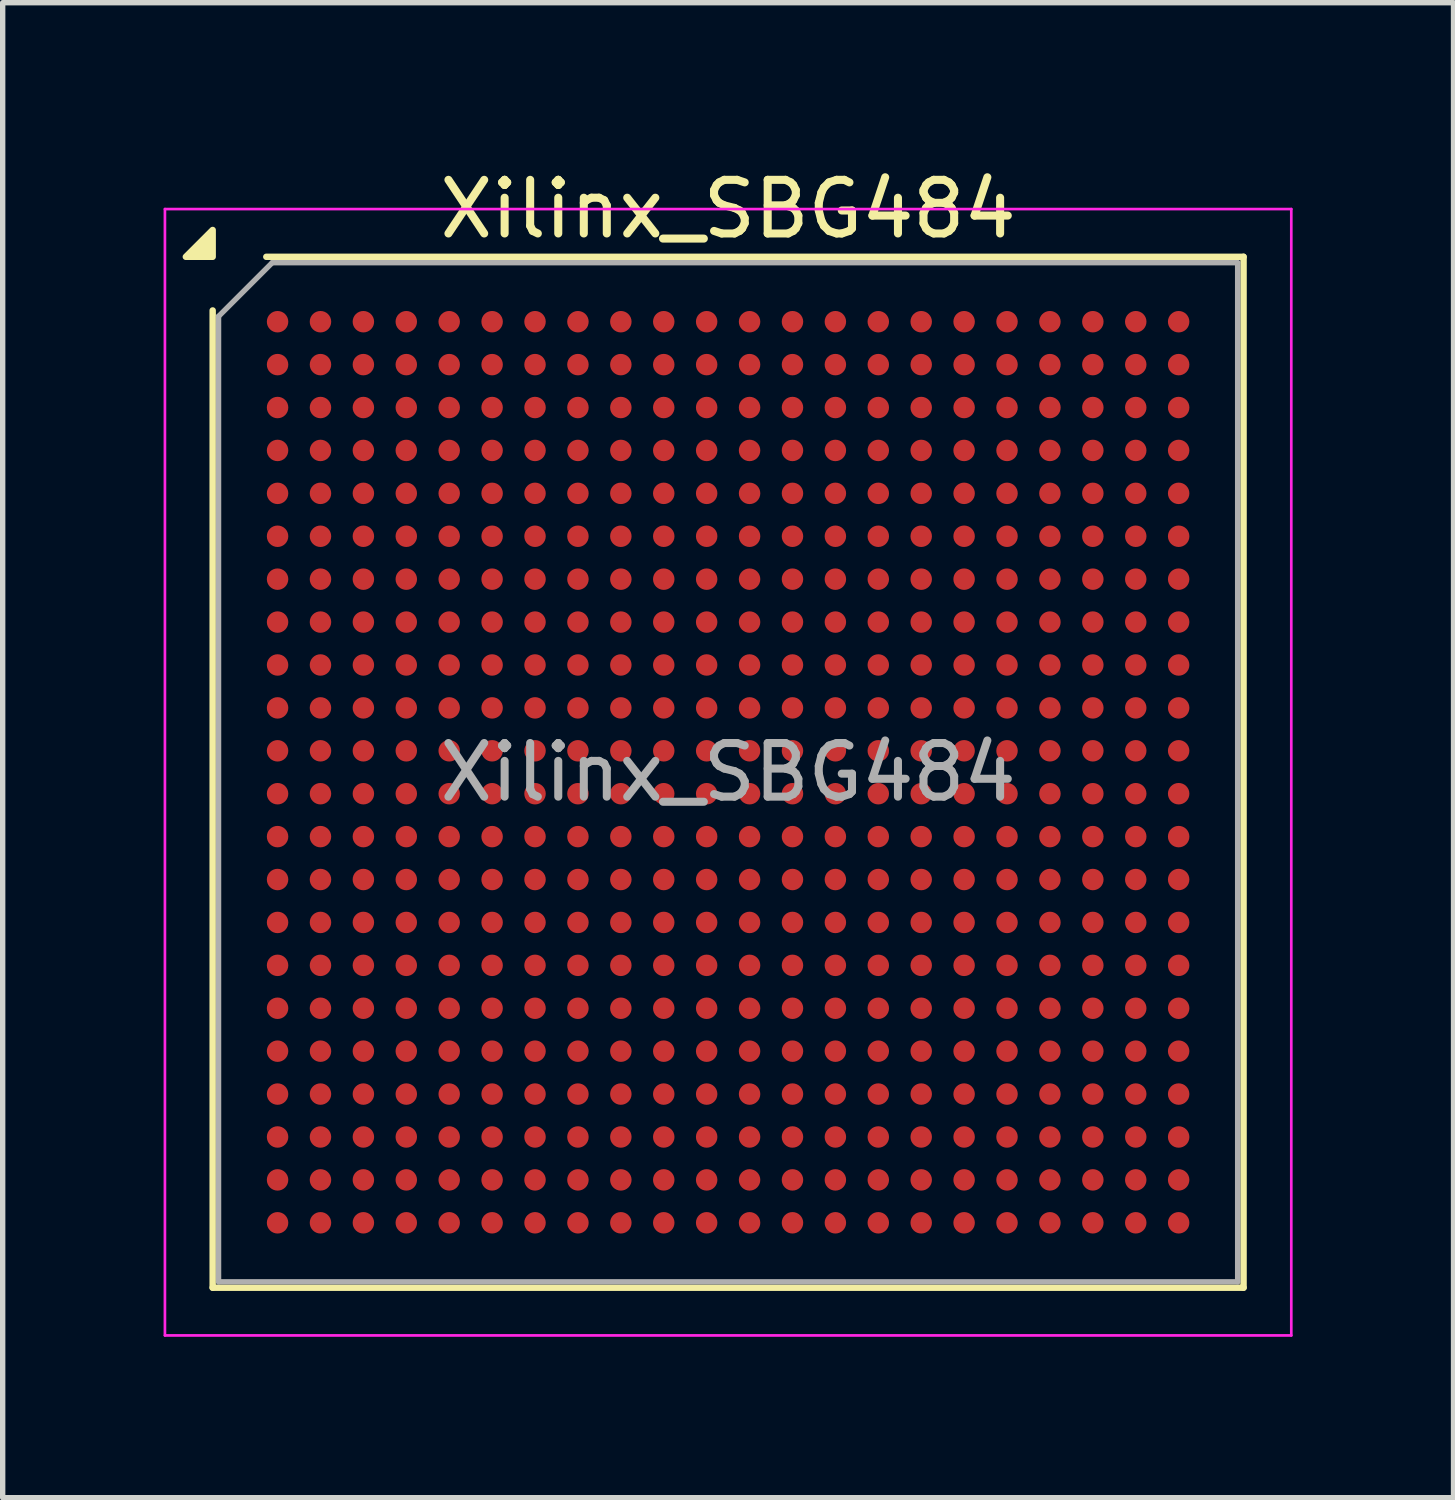
<source format=kicad_pcb>
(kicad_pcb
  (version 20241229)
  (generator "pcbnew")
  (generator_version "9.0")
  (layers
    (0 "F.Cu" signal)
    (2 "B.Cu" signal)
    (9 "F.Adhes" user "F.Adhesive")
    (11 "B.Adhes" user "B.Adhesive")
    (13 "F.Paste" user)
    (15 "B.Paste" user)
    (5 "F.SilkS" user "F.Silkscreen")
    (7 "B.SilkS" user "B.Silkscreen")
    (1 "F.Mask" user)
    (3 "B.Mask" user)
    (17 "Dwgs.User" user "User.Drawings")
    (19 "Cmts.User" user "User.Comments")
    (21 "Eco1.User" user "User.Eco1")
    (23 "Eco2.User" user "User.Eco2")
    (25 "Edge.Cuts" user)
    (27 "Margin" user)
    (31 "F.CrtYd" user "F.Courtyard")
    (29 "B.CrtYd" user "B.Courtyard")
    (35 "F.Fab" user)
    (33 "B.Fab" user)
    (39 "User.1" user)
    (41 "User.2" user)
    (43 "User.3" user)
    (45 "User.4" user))
  (footprint "Xilinx_SBG484"
    (layer "F.Cu")
    (at 10.525 11.348)
    (property "Reference" "Xilinx_SBG484" (at 0 -10.5 0) (layer "F.SilkS") (effects (font (size 1 1) (thickness 0.15))))
    (attr smd)
    (fp_line (start -9.61 9.61) (end -9.61 -8.61) (stroke (width 0.12) (type solid)) (layer "F.SilkS"))
    (fp_line (start -8.61 -9.61) (end 9.61 -9.61) (stroke (width 0.12) (type solid)) (layer "F.SilkS"))
    (fp_line (start 9.61 -9.61) (end 9.61 9.61) (stroke (width 0.12) (type solid)) (layer "F.SilkS"))
    (fp_line (start 9.61 9.61) (end -9.61 9.61) (stroke (width 0.12) (type solid)) (layer "F.SilkS"))
    (fp_poly (pts (xy -9.61 -9.61) (xy -10.11 -9.61) (xy -9.61 -10.11)) (stroke (width 0.12) (type solid)) (fill yes) (layer "F.SilkS"))
    (fp_line (start -10.5 -10.5) (end -10.5 10.5) (stroke (width 0.05) (type solid)) (layer "F.CrtYd"))
    (fp_line (start -10.5 10.5) (end 10.5 10.5) (stroke (width 0.05) (type solid)) (layer "F.CrtYd"))
    (fp_line (start 10.5 -10.5) (end -10.5 -10.5) (stroke (width 0.05) (type solid)) (layer "F.CrtYd"))
    (fp_line (start 10.5 10.5) (end 10.5 -10.5) (stroke (width 0.05) (type solid)) (layer "F.CrtYd"))
    (fp_line (start -9.5 -8.5) (end -8.5 -9.5) (stroke (width 0.1) (type solid)) (layer "F.Fab"))
    (fp_line (start -9.5 9.5) (end -9.5 -8.5) (stroke (width 0.1) (type solid)) (layer "F.Fab"))
    (fp_line (start -8.5 -9.5) (end 9.5 -9.5) (stroke (width 0.1) (type solid)) (layer "F.Fab"))
    (fp_line (start 9.5 -9.5) (end 9.5 9.5) (stroke (width 0.1) (type solid)) (layer "F.Fab"))
    (fp_line (start 9.5 9.5) (end -9.5 9.5) (stroke (width 0.1) (type solid)) (layer "F.Fab"))
    (fp_text user "${REFERENCE}" (at 0 0 0) (layer "F.Fab") (effects (font (size 1 1) (thickness 0.15))))
    (pad "A1" smd circle (at -8.4 -8.4) (size 0.4 0.4) (property pad_prop_bga) (layers "F.Cu" "F.Mask" "F.Paste"))
    (pad "A2" smd circle (at -7.6 -8.4) (size 0.4 0.4) (property pad_prop_bga) (layers "F.Cu" "F.Mask" "F.Paste"))
    (pad "A3" smd circle (at -6.8 -8.4) (size 0.4 0.4) (property pad_prop_bga) (layers "F.Cu" "F.Mask" "F.Paste"))
    (pad "A4" smd circle (at -6 -8.4) (size 0.4 0.4) (property pad_prop_bga) (layers "F.Cu" "F.Mask" "F.Paste"))
    (pad "A5" smd circle (at -5.2 -8.4) (size 0.4 0.4) (property pad_prop_bga) (layers "F.Cu" "F.Mask" "F.Paste"))
    (pad "A6" smd circle (at -4.4 -8.4) (size 0.4 0.4) (property pad_prop_bga) (layers "F.Cu" "F.Mask" "F.Paste"))
    (pad "A7" smd circle (at -3.6 -8.4) (size 0.4 0.4) (property pad_prop_bga) (layers "F.Cu" "F.Mask" "F.Paste"))
    (pad "A8" smd circle (at -2.8 -8.4) (size 0.4 0.4) (property pad_prop_bga) (layers "F.Cu" "F.Mask" "F.Paste"))
    (pad "A9" smd circle (at -2 -8.4) (size 0.4 0.4) (property pad_prop_bga) (layers "F.Cu" "F.Mask" "F.Paste"))
    (pad "A10" smd circle (at -1.2 -8.4) (size 0.4 0.4) (property pad_prop_bga) (layers "F.Cu" "F.Mask" "F.Paste"))
    (pad "A11" smd circle (at -0.4 -8.4) (size 0.4 0.4) (property pad_prop_bga) (layers "F.Cu" "F.Mask" "F.Paste"))
    (pad "A12" smd circle (at 0.4 -8.4) (size 0.4 0.4) (property pad_prop_bga) (layers "F.Cu" "F.Mask" "F.Paste"))
    (pad "A13" smd circle (at 1.2 -8.4) (size 0.4 0.4) (property pad_prop_bga) (layers "F.Cu" "F.Mask" "F.Paste"))
    (pad "A14" smd circle (at 2 -8.4) (size 0.4 0.4) (property pad_prop_bga) (layers "F.Cu" "F.Mask" "F.Paste"))
    (pad "A15" smd circle (at 2.8 -8.4) (size 0.4 0.4) (property pad_prop_bga) (layers "F.Cu" "F.Mask" "F.Paste"))
    (pad "A16" smd circle (at 3.6 -8.4) (size 0.4 0.4) (property pad_prop_bga) (layers "F.Cu" "F.Mask" "F.Paste"))
    (pad "A17" smd circle (at 4.4 -8.4) (size 0.4 0.4) (property pad_prop_bga) (layers "F.Cu" "F.Mask" "F.Paste"))
    (pad "A18" smd circle (at 5.2 -8.4) (size 0.4 0.4) (property pad_prop_bga) (layers "F.Cu" "F.Mask" "F.Paste"))
    (pad "A19" smd circle (at 6 -8.4) (size 0.4 0.4) (property pad_prop_bga) (layers "F.Cu" "F.Mask" "F.Paste"))
    (pad "A20" smd circle (at 6.8 -8.4) (size 0.4 0.4) (property pad_prop_bga) (layers "F.Cu" "F.Mask" "F.Paste"))
    (pad "A21" smd circle (at 7.6 -8.4) (size 0.4 0.4) (property pad_prop_bga) (layers "F.Cu" "F.Mask" "F.Paste"))
    (pad "A22" smd circle (at 8.4 -8.4) (size 0.4 0.4) (property pad_prop_bga) (layers "F.Cu" "F.Mask" "F.Paste"))
    (pad "AA1" smd circle (at -8.4 7.6) (size 0.4 0.4) (property pad_prop_bga) (layers "F.Cu" "F.Mask" "F.Paste"))
    (pad "AA2" smd circle (at -7.6 7.6) (size 0.4 0.4) (property pad_prop_bga) (layers "F.Cu" "F.Mask" "F.Paste"))
    (pad "AA3" smd circle (at -6.8 7.6) (size 0.4 0.4) (property pad_prop_bga) (layers "F.Cu" "F.Mask" "F.Paste"))
    (pad "AA4" smd circle (at -6 7.6) (size 0.4 0.4) (property pad_prop_bga) (layers "F.Cu" "F.Mask" "F.Paste"))
    (pad "AA5" smd circle (at -5.2 7.6) (size 0.4 0.4) (property pad_prop_bga) (layers "F.Cu" "F.Mask" "F.Paste"))
    (pad "AA6" smd circle (at -4.4 7.6) (size 0.4 0.4) (property pad_prop_bga) (layers "F.Cu" "F.Mask" "F.Paste"))
    (pad "AA7" smd circle (at -3.6 7.6) (size 0.4 0.4) (property pad_prop_bga) (layers "F.Cu" "F.Mask" "F.Paste"))
    (pad "AA8" smd circle (at -2.8 7.6) (size 0.4 0.4) (property pad_prop_bga) (layers "F.Cu" "F.Mask" "F.Paste"))
    (pad "AA9" smd circle (at -2 7.6) (size 0.4 0.4) (property pad_prop_bga) (layers "F.Cu" "F.Mask" "F.Paste"))
    (pad "AA10" smd circle (at -1.2 7.6) (size 0.4 0.4) (property pad_prop_bga) (layers "F.Cu" "F.Mask" "F.Paste"))
    (pad "AA11" smd circle (at -0.4 7.6) (size 0.4 0.4) (property pad_prop_bga) (layers "F.Cu" "F.Mask" "F.Paste"))
    (pad "AA12" smd circle (at 0.4 7.6) (size 0.4 0.4) (property pad_prop_bga) (layers "F.Cu" "F.Mask" "F.Paste"))
    (pad "AA13" smd circle (at 1.2 7.6) (size 0.4 0.4) (property pad_prop_bga) (layers "F.Cu" "F.Mask" "F.Paste"))
    (pad "AA14" smd circle (at 2 7.6) (size 0.4 0.4) (property pad_prop_bga) (layers "F.Cu" "F.Mask" "F.Paste"))
    (pad "AA15" smd circle (at 2.8 7.6) (size 0.4 0.4) (property pad_prop_bga) (layers "F.Cu" "F.Mask" "F.Paste"))
    (pad "AA16" smd circle (at 3.6 7.6) (size 0.4 0.4) (property pad_prop_bga) (layers "F.Cu" "F.Mask" "F.Paste"))
    (pad "AA17" smd circle (at 4.4 7.6) (size 0.4 0.4) (property pad_prop_bga) (layers "F.Cu" "F.Mask" "F.Paste"))
    (pad "AA18" smd circle (at 5.2 7.6) (size 0.4 0.4) (property pad_prop_bga) (layers "F.Cu" "F.Mask" "F.Paste"))
    (pad "AA19" smd circle (at 6 7.6) (size 0.4 0.4) (property pad_prop_bga) (layers "F.Cu" "F.Mask" "F.Paste"))
    (pad "AA20" smd circle (at 6.8 7.6) (size 0.4 0.4) (property pad_prop_bga) (layers "F.Cu" "F.Mask" "F.Paste"))
    (pad "AA21" smd circle (at 7.6 7.6) (size 0.4 0.4) (property pad_prop_bga) (layers "F.Cu" "F.Mask" "F.Paste"))
    (pad "AA22" smd circle (at 8.4 7.6) (size 0.4 0.4) (property pad_prop_bga) (layers "F.Cu" "F.Mask" "F.Paste"))
    (pad "AB1" smd circle (at -8.4 8.4) (size 0.4 0.4) (property pad_prop_bga) (layers "F.Cu" "F.Mask" "F.Paste"))
    (pad "AB2" smd circle (at -7.6 8.4) (size 0.4 0.4) (property pad_prop_bga) (layers "F.Cu" "F.Mask" "F.Paste"))
    (pad "AB3" smd circle (at -6.8 8.4) (size 0.4 0.4) (property pad_prop_bga) (layers "F.Cu" "F.Mask" "F.Paste"))
    (pad "AB4" smd circle (at -6 8.4) (size 0.4 0.4) (property pad_prop_bga) (layers "F.Cu" "F.Mask" "F.Paste"))
    (pad "AB5" smd circle (at -5.2 8.4) (size 0.4 0.4) (property pad_prop_bga) (layers "F.Cu" "F.Mask" "F.Paste"))
    (pad "AB6" smd circle (at -4.4 8.4) (size 0.4 0.4) (property pad_prop_bga) (layers "F.Cu" "F.Mask" "F.Paste"))
    (pad "AB7" smd circle (at -3.6 8.4) (size 0.4 0.4) (property pad_prop_bga) (layers "F.Cu" "F.Mask" "F.Paste"))
    (pad "AB8" smd circle (at -2.8 8.4) (size 0.4 0.4) (property pad_prop_bga) (layers "F.Cu" "F.Mask" "F.Paste"))
    (pad "AB9" smd circle (at -2 8.4) (size 0.4 0.4) (property pad_prop_bga) (layers "F.Cu" "F.Mask" "F.Paste"))
    (pad "AB10" smd circle (at -1.2 8.4) (size 0.4 0.4) (property pad_prop_bga) (layers "F.Cu" "F.Mask" "F.Paste"))
    (pad "AB11" smd circle (at -0.4 8.4) (size 0.4 0.4) (property pad_prop_bga) (layers "F.Cu" "F.Mask" "F.Paste"))
    (pad "AB12" smd circle (at 0.4 8.4) (size 0.4 0.4) (property pad_prop_bga) (layers "F.Cu" "F.Mask" "F.Paste"))
    (pad "AB13" smd circle (at 1.2 8.4) (size 0.4 0.4) (property pad_prop_bga) (layers "F.Cu" "F.Mask" "F.Paste"))
    (pad "AB14" smd circle (at 2 8.4) (size 0.4 0.4) (property pad_prop_bga) (layers "F.Cu" "F.Mask" "F.Paste"))
    (pad "AB15" smd circle (at 2.8 8.4) (size 0.4 0.4) (property pad_prop_bga) (layers "F.Cu" "F.Mask" "F.Paste"))
    (pad "AB16" smd circle (at 3.6 8.4) (size 0.4 0.4) (property pad_prop_bga) (layers "F.Cu" "F.Mask" "F.Paste"))
    (pad "AB17" smd circle (at 4.4 8.4) (size 0.4 0.4) (property pad_prop_bga) (layers "F.Cu" "F.Mask" "F.Paste"))
    (pad "AB18" smd circle (at 5.2 8.4) (size 0.4 0.4) (property pad_prop_bga) (layers "F.Cu" "F.Mask" "F.Paste"))
    (pad "AB19" smd circle (at 6 8.4) (size 0.4 0.4) (property pad_prop_bga) (layers "F.Cu" "F.Mask" "F.Paste"))
    (pad "AB20" smd circle (at 6.8 8.4) (size 0.4 0.4) (property pad_prop_bga) (layers "F.Cu" "F.Mask" "F.Paste"))
    (pad "AB21" smd circle (at 7.6 8.4) (size 0.4 0.4) (property pad_prop_bga) (layers "F.Cu" "F.Mask" "F.Paste"))
    (pad "AB22" smd circle (at 8.4 8.4) (size 0.4 0.4) (property pad_prop_bga) (layers "F.Cu" "F.Mask" "F.Paste"))
    (pad "B1" smd circle (at -8.4 -7.6) (size 0.4 0.4) (property pad_prop_bga) (layers "F.Cu" "F.Mask" "F.Paste"))
    (pad "B2" smd circle (at -7.6 -7.6) (size 0.4 0.4) (property pad_prop_bga) (layers "F.Cu" "F.Mask" "F.Paste"))
    (pad "B3" smd circle (at -6.8 -7.6) (size 0.4 0.4) (property pad_prop_bga) (layers "F.Cu" "F.Mask" "F.Paste"))
    (pad "B4" smd circle (at -6 -7.6) (size 0.4 0.4) (property pad_prop_bga) (layers "F.Cu" "F.Mask" "F.Paste"))
    (pad "B5" smd circle (at -5.2 -7.6) (size 0.4 0.4) (property pad_prop_bga) (layers "F.Cu" "F.Mask" "F.Paste"))
    (pad "B6" smd circle (at -4.4 -7.6) (size 0.4 0.4) (property pad_prop_bga) (layers "F.Cu" "F.Mask" "F.Paste"))
    (pad "B7" smd circle (at -3.6 -7.6) (size 0.4 0.4) (property pad_prop_bga) (layers "F.Cu" "F.Mask" "F.Paste"))
    (pad "B8" smd circle (at -2.8 -7.6) (size 0.4 0.4) (property pad_prop_bga) (layers "F.Cu" "F.Mask" "F.Paste"))
    (pad "B9" smd circle (at -2 -7.6) (size 0.4 0.4) (property pad_prop_bga) (layers "F.Cu" "F.Mask" "F.Paste"))
    (pad "B10" smd circle (at -1.2 -7.6) (size 0.4 0.4) (property pad_prop_bga) (layers "F.Cu" "F.Mask" "F.Paste"))
    (pad "B11" smd circle (at -0.4 -7.6) (size 0.4 0.4) (property pad_prop_bga) (layers "F.Cu" "F.Mask" "F.Paste"))
    (pad "B12" smd circle (at 0.4 -7.6) (size 0.4 0.4) (property pad_prop_bga) (layers "F.Cu" "F.Mask" "F.Paste"))
    (pad "B13" smd circle (at 1.2 -7.6) (size 0.4 0.4) (property pad_prop_bga) (layers "F.Cu" "F.Mask" "F.Paste"))
    (pad "B14" smd circle (at 2 -7.6) (size 0.4 0.4) (property pad_prop_bga) (layers "F.Cu" "F.Mask" "F.Paste"))
    (pad "B15" smd circle (at 2.8 -7.6) (size 0.4 0.4) (property pad_prop_bga) (layers "F.Cu" "F.Mask" "F.Paste"))
    (pad "B16" smd circle (at 3.6 -7.6) (size 0.4 0.4) (property pad_prop_bga) (layers "F.Cu" "F.Mask" "F.Paste"))
    (pad "B17" smd circle (at 4.4 -7.6) (size 0.4 0.4) (property pad_prop_bga) (layers "F.Cu" "F.Mask" "F.Paste"))
    (pad "B18" smd circle (at 5.2 -7.6) (size 0.4 0.4) (property pad_prop_bga) (layers "F.Cu" "F.Mask" "F.Paste"))
    (pad "B19" smd circle (at 6 -7.6) (size 0.4 0.4) (property pad_prop_bga) (layers "F.Cu" "F.Mask" "F.Paste"))
    (pad "B20" smd circle (at 6.8 -7.6) (size 0.4 0.4) (property pad_prop_bga) (layers "F.Cu" "F.Mask" "F.Paste"))
    (pad "B21" smd circle (at 7.6 -7.6) (size 0.4 0.4) (property pad_prop_bga) (layers "F.Cu" "F.Mask" "F.Paste"))
    (pad "B22" smd circle (at 8.4 -7.6) (size 0.4 0.4) (property pad_prop_bga) (layers "F.Cu" "F.Mask" "F.Paste"))
    (pad "C1" smd circle (at -8.4 -6.8) (size 0.4 0.4) (property pad_prop_bga) (layers "F.Cu" "F.Mask" "F.Paste"))
    (pad "C2" smd circle (at -7.6 -6.8) (size 0.4 0.4) (property pad_prop_bga) (layers "F.Cu" "F.Mask" "F.Paste"))
    (pad "C3" smd circle (at -6.8 -6.8) (size 0.4 0.4) (property pad_prop_bga) (layers "F.Cu" "F.Mask" "F.Paste"))
    (pad "C4" smd circle (at -6 -6.8) (size 0.4 0.4) (property pad_prop_bga) (layers "F.Cu" "F.Mask" "F.Paste"))
    (pad "C5" smd circle (at -5.2 -6.8) (size 0.4 0.4) (property pad_prop_bga) (layers "F.Cu" "F.Mask" "F.Paste"))
    (pad "C6" smd circle (at -4.4 -6.8) (size 0.4 0.4) (property pad_prop_bga) (layers "F.Cu" "F.Mask" "F.Paste"))
    (pad "C7" smd circle (at -3.6 -6.8) (size 0.4 0.4) (property pad_prop_bga) (layers "F.Cu" "F.Mask" "F.Paste"))
    (pad "C8" smd circle (at -2.8 -6.8) (size 0.4 0.4) (property pad_prop_bga) (layers "F.Cu" "F.Mask" "F.Paste"))
    (pad "C9" smd circle (at -2 -6.8) (size 0.4 0.4) (property pad_prop_bga) (layers "F.Cu" "F.Mask" "F.Paste"))
    (pad "C10" smd circle (at -1.2 -6.8) (size 0.4 0.4) (property pad_prop_bga) (layers "F.Cu" "F.Mask" "F.Paste"))
    (pad "C11" smd circle (at -0.4 -6.8) (size 0.4 0.4) (property pad_prop_bga) (layers "F.Cu" "F.Mask" "F.Paste"))
    (pad "C12" smd circle (at 0.4 -6.8) (size 0.4 0.4) (property pad_prop_bga) (layers "F.Cu" "F.Mask" "F.Paste"))
    (pad "C13" smd circle (at 1.2 -6.8) (size 0.4 0.4) (property pad_prop_bga) (layers "F.Cu" "F.Mask" "F.Paste"))
    (pad "C14" smd circle (at 2 -6.8) (size 0.4 0.4) (property pad_prop_bga) (layers "F.Cu" "F.Mask" "F.Paste"))
    (pad "C15" smd circle (at 2.8 -6.8) (size 0.4 0.4) (property pad_prop_bga) (layers "F.Cu" "F.Mask" "F.Paste"))
    (pad "C16" smd circle (at 3.6 -6.8) (size 0.4 0.4) (property pad_prop_bga) (layers "F.Cu" "F.Mask" "F.Paste"))
    (pad "C17" smd circle (at 4.4 -6.8) (size 0.4 0.4) (property pad_prop_bga) (layers "F.Cu" "F.Mask" "F.Paste"))
    (pad "C18" smd circle (at 5.2 -6.8) (size 0.4 0.4) (property pad_prop_bga) (layers "F.Cu" "F.Mask" "F.Paste"))
    (pad "C19" smd circle (at 6 -6.8) (size 0.4 0.4) (property pad_prop_bga) (layers "F.Cu" "F.Mask" "F.Paste"))
    (pad "C20" smd circle (at 6.8 -6.8) (size 0.4 0.4) (property pad_prop_bga) (layers "F.Cu" "F.Mask" "F.Paste"))
    (pad "C21" smd circle (at 7.6 -6.8) (size 0.4 0.4) (property pad_prop_bga) (layers "F.Cu" "F.Mask" "F.Paste"))
    (pad "C22" smd circle (at 8.4 -6.8) (size 0.4 0.4) (property pad_prop_bga) (layers "F.Cu" "F.Mask" "F.Paste"))
    (pad "D1" smd circle (at -8.4 -6) (size 0.4 0.4) (property pad_prop_bga) (layers "F.Cu" "F.Mask" "F.Paste"))
    (pad "D2" smd circle (at -7.6 -6) (size 0.4 0.4) (property pad_prop_bga) (layers "F.Cu" "F.Mask" "F.Paste"))
    (pad "D3" smd circle (at -6.8 -6) (size 0.4 0.4) (property pad_prop_bga) (layers "F.Cu" "F.Mask" "F.Paste"))
    (pad "D4" smd circle (at -6 -6) (size 0.4 0.4) (property pad_prop_bga) (layers "F.Cu" "F.Mask" "F.Paste"))
    (pad "D5" smd circle (at -5.2 -6) (size 0.4 0.4) (property pad_prop_bga) (layers "F.Cu" "F.Mask" "F.Paste"))
    (pad "D6" smd circle (at -4.4 -6) (size 0.4 0.4) (property pad_prop_bga) (layers "F.Cu" "F.Mask" "F.Paste"))
    (pad "D7" smd circle (at -3.6 -6) (size 0.4 0.4) (property pad_prop_bga) (layers "F.Cu" "F.Mask" "F.Paste"))
    (pad "D8" smd circle (at -2.8 -6) (size 0.4 0.4) (property pad_prop_bga) (layers "F.Cu" "F.Mask" "F.Paste"))
    (pad "D9" smd circle (at -2 -6) (size 0.4 0.4) (property pad_prop_bga) (layers "F.Cu" "F.Mask" "F.Paste"))
    (pad "D10" smd circle (at -1.2 -6) (size 0.4 0.4) (property pad_prop_bga) (layers "F.Cu" "F.Mask" "F.Paste"))
    (pad "D11" smd circle (at -0.4 -6) (size 0.4 0.4) (property pad_prop_bga) (layers "F.Cu" "F.Mask" "F.Paste"))
    (pad "D12" smd circle (at 0.4 -6) (size 0.4 0.4) (property pad_prop_bga) (layers "F.Cu" "F.Mask" "F.Paste"))
    (pad "D13" smd circle (at 1.2 -6) (size 0.4 0.4) (property pad_prop_bga) (layers "F.Cu" "F.Mask" "F.Paste"))
    (pad "D14" smd circle (at 2 -6) (size 0.4 0.4) (property pad_prop_bga) (layers "F.Cu" "F.Mask" "F.Paste"))
    (pad "D15" smd circle (at 2.8 -6) (size 0.4 0.4) (property pad_prop_bga) (layers "F.Cu" "F.Mask" "F.Paste"))
    (pad "D16" smd circle (at 3.6 -6) (size 0.4 0.4) (property pad_prop_bga) (layers "F.Cu" "F.Mask" "F.Paste"))
    (pad "D17" smd circle (at 4.4 -6) (size 0.4 0.4) (property pad_prop_bga) (layers "F.Cu" "F.Mask" "F.Paste"))
    (pad "D18" smd circle (at 5.2 -6) (size 0.4 0.4) (property pad_prop_bga) (layers "F.Cu" "F.Mask" "F.Paste"))
    (pad "D19" smd circle (at 6 -6) (size 0.4 0.4) (property pad_prop_bga) (layers "F.Cu" "F.Mask" "F.Paste"))
    (pad "D20" smd circle (at 6.8 -6) (size 0.4 0.4) (property pad_prop_bga) (layers "F.Cu" "F.Mask" "F.Paste"))
    (pad "D21" smd circle (at 7.6 -6) (size 0.4 0.4) (property pad_prop_bga) (layers "F.Cu" "F.Mask" "F.Paste"))
    (pad "D22" smd circle (at 8.4 -6) (size 0.4 0.4) (property pad_prop_bga) (layers "F.Cu" "F.Mask" "F.Paste"))
    (pad "E1" smd circle (at -8.4 -5.2) (size 0.4 0.4) (property pad_prop_bga) (layers "F.Cu" "F.Mask" "F.Paste"))
    (pad "E2" smd circle (at -7.6 -5.2) (size 0.4 0.4) (property pad_prop_bga) (layers "F.Cu" "F.Mask" "F.Paste"))
    (pad "E3" smd circle (at -6.8 -5.2) (size 0.4 0.4) (property pad_prop_bga) (layers "F.Cu" "F.Mask" "F.Paste"))
    (pad "E4" smd circle (at -6 -5.2) (size 0.4 0.4) (property pad_prop_bga) (layers "F.Cu" "F.Mask" "F.Paste"))
    (pad "E5" smd circle (at -5.2 -5.2) (size 0.4 0.4) (property pad_prop_bga) (layers "F.Cu" "F.Mask" "F.Paste"))
    (pad "E6" smd circle (at -4.4 -5.2) (size 0.4 0.4) (property pad_prop_bga) (layers "F.Cu" "F.Mask" "F.Paste"))
    (pad "E7" smd circle (at -3.6 -5.2) (size 0.4 0.4) (property pad_prop_bga) (layers "F.Cu" "F.Mask" "F.Paste"))
    (pad "E8" smd circle (at -2.8 -5.2) (size 0.4 0.4) (property pad_prop_bga) (layers "F.Cu" "F.Mask" "F.Paste"))
    (pad "E9" smd circle (at -2 -5.2) (size 0.4 0.4) (property pad_prop_bga) (layers "F.Cu" "F.Mask" "F.Paste"))
    (pad "E10" smd circle (at -1.2 -5.2) (size 0.4 0.4) (property pad_prop_bga) (layers "F.Cu" "F.Mask" "F.Paste"))
    (pad "E11" smd circle (at -0.4 -5.2) (size 0.4 0.4) (property pad_prop_bga) (layers "F.Cu" "F.Mask" "F.Paste"))
    (pad "E12" smd circle (at 0.4 -5.2) (size 0.4 0.4) (property pad_prop_bga) (layers "F.Cu" "F.Mask" "F.Paste"))
    (pad "E13" smd circle (at 1.2 -5.2) (size 0.4 0.4) (property pad_prop_bga) (layers "F.Cu" "F.Mask" "F.Paste"))
    (pad "E14" smd circle (at 2 -5.2) (size 0.4 0.4) (property pad_prop_bga) (layers "F.Cu" "F.Mask" "F.Paste"))
    (pad "E15" smd circle (at 2.8 -5.2) (size 0.4 0.4) (property pad_prop_bga) (layers "F.Cu" "F.Mask" "F.Paste"))
    (pad "E16" smd circle (at 3.6 -5.2) (size 0.4 0.4) (property pad_prop_bga) (layers "F.Cu" "F.Mask" "F.Paste"))
    (pad "E17" smd circle (at 4.4 -5.2) (size 0.4 0.4) (property pad_prop_bga) (layers "F.Cu" "F.Mask" "F.Paste"))
    (pad "E18" smd circle (at 5.2 -5.2) (size 0.4 0.4) (property pad_prop_bga) (layers "F.Cu" "F.Mask" "F.Paste"))
    (pad "E19" smd circle (at 6 -5.2) (size 0.4 0.4) (property pad_prop_bga) (layers "F.Cu" "F.Mask" "F.Paste"))
    (pad "E20" smd circle (at 6.8 -5.2) (size 0.4 0.4) (property pad_prop_bga) (layers "F.Cu" "F.Mask" "F.Paste"))
    (pad "E21" smd circle (at 7.6 -5.2) (size 0.4 0.4) (property pad_prop_bga) (layers "F.Cu" "F.Mask" "F.Paste"))
    (pad "E22" smd circle (at 8.4 -5.2) (size 0.4 0.4) (property pad_prop_bga) (layers "F.Cu" "F.Mask" "F.Paste"))
    (pad "F1" smd circle (at -8.4 -4.4) (size 0.4 0.4) (property pad_prop_bga) (layers "F.Cu" "F.Mask" "F.Paste"))
    (pad "F2" smd circle (at -7.6 -4.4) (size 0.4 0.4) (property pad_prop_bga) (layers "F.Cu" "F.Mask" "F.Paste"))
    (pad "F3" smd circle (at -6.8 -4.4) (size 0.4 0.4) (property pad_prop_bga) (layers "F.Cu" "F.Mask" "F.Paste"))
    (pad "F4" smd circle (at -6 -4.4) (size 0.4 0.4) (property pad_prop_bga) (layers "F.Cu" "F.Mask" "F.Paste"))
    (pad "F5" smd circle (at -5.2 -4.4) (size 0.4 0.4) (property pad_prop_bga) (layers "F.Cu" "F.Mask" "F.Paste"))
    (pad "F6" smd circle (at -4.4 -4.4) (size 0.4 0.4) (property pad_prop_bga) (layers "F.Cu" "F.Mask" "F.Paste"))
    (pad "F7" smd circle (at -3.6 -4.4) (size 0.4 0.4) (property pad_prop_bga) (layers "F.Cu" "F.Mask" "F.Paste"))
    (pad "F8" smd circle (at -2.8 -4.4) (size 0.4 0.4) (property pad_prop_bga) (layers "F.Cu" "F.Mask" "F.Paste"))
    (pad "F9" smd circle (at -2 -4.4) (size 0.4 0.4) (property pad_prop_bga) (layers "F.Cu" "F.Mask" "F.Paste"))
    (pad "F10" smd circle (at -1.2 -4.4) (size 0.4 0.4) (property pad_prop_bga) (layers "F.Cu" "F.Mask" "F.Paste"))
    (pad "F11" smd circle (at -0.4 -4.4) (size 0.4 0.4) (property pad_prop_bga) (layers "F.Cu" "F.Mask" "F.Paste"))
    (pad "F12" smd circle (at 0.4 -4.4) (size 0.4 0.4) (property pad_prop_bga) (layers "F.Cu" "F.Mask" "F.Paste"))
    (pad "F13" smd circle (at 1.2 -4.4) (size 0.4 0.4) (property pad_prop_bga) (layers "F.Cu" "F.Mask" "F.Paste"))
    (pad "F14" smd circle (at 2 -4.4) (size 0.4 0.4) (property pad_prop_bga) (layers "F.Cu" "F.Mask" "F.Paste"))
    (pad "F15" smd circle (at 2.8 -4.4) (size 0.4 0.4) (property pad_prop_bga) (layers "F.Cu" "F.Mask" "F.Paste"))
    (pad "F16" smd circle (at 3.6 -4.4) (size 0.4 0.4) (property pad_prop_bga) (layers "F.Cu" "F.Mask" "F.Paste"))
    (pad "F17" smd circle (at 4.4 -4.4) (size 0.4 0.4) (property pad_prop_bga) (layers "F.Cu" "F.Mask" "F.Paste"))
    (pad "F18" smd circle (at 5.2 -4.4) (size 0.4 0.4) (property pad_prop_bga) (layers "F.Cu" "F.Mask" "F.Paste"))
    (pad "F19" smd circle (at 6 -4.4) (size 0.4 0.4) (property pad_prop_bga) (layers "F.Cu" "F.Mask" "F.Paste"))
    (pad "F20" smd circle (at 6.8 -4.4) (size 0.4 0.4) (property pad_prop_bga) (layers "F.Cu" "F.Mask" "F.Paste"))
    (pad "F21" smd circle (at 7.6 -4.4) (size 0.4 0.4) (property pad_prop_bga) (layers "F.Cu" "F.Mask" "F.Paste"))
    (pad "F22" smd circle (at 8.4 -4.4) (size 0.4 0.4) (property pad_prop_bga) (layers "F.Cu" "F.Mask" "F.Paste"))
    (pad "G1" smd circle (at -8.4 -3.6) (size 0.4 0.4) (property pad_prop_bga) (layers "F.Cu" "F.Mask" "F.Paste"))
    (pad "G2" smd circle (at -7.6 -3.6) (size 0.4 0.4) (property pad_prop_bga) (layers "F.Cu" "F.Mask" "F.Paste"))
    (pad "G3" smd circle (at -6.8 -3.6) (size 0.4 0.4) (property pad_prop_bga) (layers "F.Cu" "F.Mask" "F.Paste"))
    (pad "G4" smd circle (at -6 -3.6) (size 0.4 0.4) (property pad_prop_bga) (layers "F.Cu" "F.Mask" "F.Paste"))
    (pad "G5" smd circle (at -5.2 -3.6) (size 0.4 0.4) (property pad_prop_bga) (layers "F.Cu" "F.Mask" "F.Paste"))
    (pad "G6" smd circle (at -4.4 -3.6) (size 0.4 0.4) (property pad_prop_bga) (layers "F.Cu" "F.Mask" "F.Paste"))
    (pad "G7" smd circle (at -3.6 -3.6) (size 0.4 0.4) (property pad_prop_bga) (layers "F.Cu" "F.Mask" "F.Paste"))
    (pad "G8" smd circle (at -2.8 -3.6) (size 0.4 0.4) (property pad_prop_bga) (layers "F.Cu" "F.Mask" "F.Paste"))
    (pad "G9" smd circle (at -2 -3.6) (size 0.4 0.4) (property pad_prop_bga) (layers "F.Cu" "F.Mask" "F.Paste"))
    (pad "G10" smd circle (at -1.2 -3.6) (size 0.4 0.4) (property pad_prop_bga) (layers "F.Cu" "F.Mask" "F.Paste"))
    (pad "G11" smd circle (at -0.4 -3.6) (size 0.4 0.4) (property pad_prop_bga) (layers "F.Cu" "F.Mask" "F.Paste"))
    (pad "G12" smd circle (at 0.4 -3.6) (size 0.4 0.4) (property pad_prop_bga) (layers "F.Cu" "F.Mask" "F.Paste"))
    (pad "G13" smd circle (at 1.2 -3.6) (size 0.4 0.4) (property pad_prop_bga) (layers "F.Cu" "F.Mask" "F.Paste"))
    (pad "G14" smd circle (at 2 -3.6) (size 0.4 0.4) (property pad_prop_bga) (layers "F.Cu" "F.Mask" "F.Paste"))
    (pad "G15" smd circle (at 2.8 -3.6) (size 0.4 0.4) (property pad_prop_bga) (layers "F.Cu" "F.Mask" "F.Paste"))
    (pad "G16" smd circle (at 3.6 -3.6) (size 0.4 0.4) (property pad_prop_bga) (layers "F.Cu" "F.Mask" "F.Paste"))
    (pad "G17" smd circle (at 4.4 -3.6) (size 0.4 0.4) (property pad_prop_bga) (layers "F.Cu" "F.Mask" "F.Paste"))
    (pad "G18" smd circle (at 5.2 -3.6) (size 0.4 0.4) (property pad_prop_bga) (layers "F.Cu" "F.Mask" "F.Paste"))
    (pad "G19" smd circle (at 6 -3.6) (size 0.4 0.4) (property pad_prop_bga) (layers "F.Cu" "F.Mask" "F.Paste"))
    (pad "G20" smd circle (at 6.8 -3.6) (size 0.4 0.4) (property pad_prop_bga) (layers "F.Cu" "F.Mask" "F.Paste"))
    (pad "G21" smd circle (at 7.6 -3.6) (size 0.4 0.4) (property pad_prop_bga) (layers "F.Cu" "F.Mask" "F.Paste"))
    (pad "G22" smd circle (at 8.4 -3.6) (size 0.4 0.4) (property pad_prop_bga) (layers "F.Cu" "F.Mask" "F.Paste"))
    (pad "H1" smd circle (at -8.4 -2.8) (size 0.4 0.4) (property pad_prop_bga) (layers "F.Cu" "F.Mask" "F.Paste"))
    (pad "H2" smd circle (at -7.6 -2.8) (size 0.4 0.4) (property pad_prop_bga) (layers "F.Cu" "F.Mask" "F.Paste"))
    (pad "H3" smd circle (at -6.8 -2.8) (size 0.4 0.4) (property pad_prop_bga) (layers "F.Cu" "F.Mask" "F.Paste"))
    (pad "H4" smd circle (at -6 -2.8) (size 0.4 0.4) (property pad_prop_bga) (layers "F.Cu" "F.Mask" "F.Paste"))
    (pad "H5" smd circle (at -5.2 -2.8) (size 0.4 0.4) (property pad_prop_bga) (layers "F.Cu" "F.Mask" "F.Paste"))
    (pad "H6" smd circle (at -4.4 -2.8) (size 0.4 0.4) (property pad_prop_bga) (layers "F.Cu" "F.Mask" "F.Paste"))
    (pad "H7" smd circle (at -3.6 -2.8) (size 0.4 0.4) (property pad_prop_bga) (layers "F.Cu" "F.Mask" "F.Paste"))
    (pad "H8" smd circle (at -2.8 -2.8) (size 0.4 0.4) (property pad_prop_bga) (layers "F.Cu" "F.Mask" "F.Paste"))
    (pad "H9" smd circle (at -2 -2.8) (size 0.4 0.4) (property pad_prop_bga) (layers "F.Cu" "F.Mask" "F.Paste"))
    (pad "H10" smd circle (at -1.2 -2.8) (size 0.4 0.4) (property pad_prop_bga) (layers "F.Cu" "F.Mask" "F.Paste"))
    (pad "H11" smd circle (at -0.4 -2.8) (size 0.4 0.4) (property pad_prop_bga) (layers "F.Cu" "F.Mask" "F.Paste"))
    (pad "H12" smd circle (at 0.4 -2.8) (size 0.4 0.4) (property pad_prop_bga) (layers "F.Cu" "F.Mask" "F.Paste"))
    (pad "H13" smd circle (at 1.2 -2.8) (size 0.4 0.4) (property pad_prop_bga) (layers "F.Cu" "F.Mask" "F.Paste"))
    (pad "H14" smd circle (at 2 -2.8) (size 0.4 0.4) (property pad_prop_bga) (layers "F.Cu" "F.Mask" "F.Paste"))
    (pad "H15" smd circle (at 2.8 -2.8) (size 0.4 0.4) (property pad_prop_bga) (layers "F.Cu" "F.Mask" "F.Paste"))
    (pad "H16" smd circle (at 3.6 -2.8) (size 0.4 0.4) (property pad_prop_bga) (layers "F.Cu" "F.Mask" "F.Paste"))
    (pad "H17" smd circle (at 4.4 -2.8) (size 0.4 0.4) (property pad_prop_bga) (layers "F.Cu" "F.Mask" "F.Paste"))
    (pad "H18" smd circle (at 5.2 -2.8) (size 0.4 0.4) (property pad_prop_bga) (layers "F.Cu" "F.Mask" "F.Paste"))
    (pad "H19" smd circle (at 6 -2.8) (size 0.4 0.4) (property pad_prop_bga) (layers "F.Cu" "F.Mask" "F.Paste"))
    (pad "H20" smd circle (at 6.8 -2.8) (size 0.4 0.4) (property pad_prop_bga) (layers "F.Cu" "F.Mask" "F.Paste"))
    (pad "H21" smd circle (at 7.6 -2.8) (size 0.4 0.4) (property pad_prop_bga) (layers "F.Cu" "F.Mask" "F.Paste"))
    (pad "H22" smd circle (at 8.4 -2.8) (size 0.4 0.4) (property pad_prop_bga) (layers "F.Cu" "F.Mask" "F.Paste"))
    (pad "J1" smd circle (at -8.4 -2) (size 0.4 0.4) (property pad_prop_bga) (layers "F.Cu" "F.Mask" "F.Paste"))
    (pad "J2" smd circle (at -7.6 -2) (size 0.4 0.4) (property pad_prop_bga) (layers "F.Cu" "F.Mask" "F.Paste"))
    (pad "J3" smd circle (at -6.8 -2) (size 0.4 0.4) (property pad_prop_bga) (layers "F.Cu" "F.Mask" "F.Paste"))
    (pad "J4" smd circle (at -6 -2) (size 0.4 0.4) (property pad_prop_bga) (layers "F.Cu" "F.Mask" "F.Paste"))
    (pad "J5" smd circle (at -5.2 -2) (size 0.4 0.4) (property pad_prop_bga) (layers "F.Cu" "F.Mask" "F.Paste"))
    (pad "J6" smd circle (at -4.4 -2) (size 0.4 0.4) (property pad_prop_bga) (layers "F.Cu" "F.Mask" "F.Paste"))
    (pad "J7" smd circle (at -3.6 -2) (size 0.4 0.4) (property pad_prop_bga) (layers "F.Cu" "F.Mask" "F.Paste"))
    (pad "J8" smd circle (at -2.8 -2) (size 0.4 0.4) (property pad_prop_bga) (layers "F.Cu" "F.Mask" "F.Paste"))
    (pad "J9" smd circle (at -2 -2) (size 0.4 0.4) (property pad_prop_bga) (layers "F.Cu" "F.Mask" "F.Paste"))
    (pad "J10" smd circle (at -1.2 -2) (size 0.4 0.4) (property pad_prop_bga) (layers "F.Cu" "F.Mask" "F.Paste"))
    (pad "J11" smd circle (at -0.4 -2) (size 0.4 0.4) (property pad_prop_bga) (layers "F.Cu" "F.Mask" "F.Paste"))
    (pad "J12" smd circle (at 0.4 -2) (size 0.4 0.4) (property pad_prop_bga) (layers "F.Cu" "F.Mask" "F.Paste"))
    (pad "J13" smd circle (at 1.2 -2) (size 0.4 0.4) (property pad_prop_bga) (layers "F.Cu" "F.Mask" "F.Paste"))
    (pad "J14" smd circle (at 2 -2) (size 0.4 0.4) (property pad_prop_bga) (layers "F.Cu" "F.Mask" "F.Paste"))
    (pad "J15" smd circle (at 2.8 -2) (size 0.4 0.4) (property pad_prop_bga) (layers "F.Cu" "F.Mask" "F.Paste"))
    (pad "J16" smd circle (at 3.6 -2) (size 0.4 0.4) (property pad_prop_bga) (layers "F.Cu" "F.Mask" "F.Paste"))
    (pad "J17" smd circle (at 4.4 -2) (size 0.4 0.4) (property pad_prop_bga) (layers "F.Cu" "F.Mask" "F.Paste"))
    (pad "J18" smd circle (at 5.2 -2) (size 0.4 0.4) (property pad_prop_bga) (layers "F.Cu" "F.Mask" "F.Paste"))
    (pad "J19" smd circle (at 6 -2) (size 0.4 0.4) (property pad_prop_bga) (layers "F.Cu" "F.Mask" "F.Paste"))
    (pad "J20" smd circle (at 6.8 -2) (size 0.4 0.4) (property pad_prop_bga) (layers "F.Cu" "F.Mask" "F.Paste"))
    (pad "J21" smd circle (at 7.6 -2) (size 0.4 0.4) (property pad_prop_bga) (layers "F.Cu" "F.Mask" "F.Paste"))
    (pad "J22" smd circle (at 8.4 -2) (size 0.4 0.4) (property pad_prop_bga) (layers "F.Cu" "F.Mask" "F.Paste"))
    (pad "K1" smd circle (at -8.4 -1.2) (size 0.4 0.4) (property pad_prop_bga) (layers "F.Cu" "F.Mask" "F.Paste"))
    (pad "K2" smd circle (at -7.6 -1.2) (size 0.4 0.4) (property pad_prop_bga) (layers "F.Cu" "F.Mask" "F.Paste"))
    (pad "K3" smd circle (at -6.8 -1.2) (size 0.4 0.4) (property pad_prop_bga) (layers "F.Cu" "F.Mask" "F.Paste"))
    (pad "K4" smd circle (at -6 -1.2) (size 0.4 0.4) (property pad_prop_bga) (layers "F.Cu" "F.Mask" "F.Paste"))
    (pad "K5" smd circle (at -5.2 -1.2) (size 0.4 0.4) (property pad_prop_bga) (layers "F.Cu" "F.Mask" "F.Paste"))
    (pad "K6" smd circle (at -4.4 -1.2) (size 0.4 0.4) (property pad_prop_bga) (layers "F.Cu" "F.Mask" "F.Paste"))
    (pad "K7" smd circle (at -3.6 -1.2) (size 0.4 0.4) (property pad_prop_bga) (layers "F.Cu" "F.Mask" "F.Paste"))
    (pad "K8" smd circle (at -2.8 -1.2) (size 0.4 0.4) (property pad_prop_bga) (layers "F.Cu" "F.Mask" "F.Paste"))
    (pad "K9" smd circle (at -2 -1.2) (size 0.4 0.4) (property pad_prop_bga) (layers "F.Cu" "F.Mask" "F.Paste"))
    (pad "K10" smd circle (at -1.2 -1.2) (size 0.4 0.4) (property pad_prop_bga) (layers "F.Cu" "F.Mask" "F.Paste"))
    (pad "K11" smd circle (at -0.4 -1.2) (size 0.4 0.4) (property pad_prop_bga) (layers "F.Cu" "F.Mask" "F.Paste"))
    (pad "K12" smd circle (at 0.4 -1.2) (size 0.4 0.4) (property pad_prop_bga) (layers "F.Cu" "F.Mask" "F.Paste"))
    (pad "K13" smd circle (at 1.2 -1.2) (size 0.4 0.4) (property pad_prop_bga) (layers "F.Cu" "F.Mask" "F.Paste"))
    (pad "K14" smd circle (at 2 -1.2) (size 0.4 0.4) (property pad_prop_bga) (layers "F.Cu" "F.Mask" "F.Paste"))
    (pad "K15" smd circle (at 2.8 -1.2) (size 0.4 0.4) (property pad_prop_bga) (layers "F.Cu" "F.Mask" "F.Paste"))
    (pad "K16" smd circle (at 3.6 -1.2) (size 0.4 0.4) (property pad_prop_bga) (layers "F.Cu" "F.Mask" "F.Paste"))
    (pad "K17" smd circle (at 4.4 -1.2) (size 0.4 0.4) (property pad_prop_bga) (layers "F.Cu" "F.Mask" "F.Paste"))
    (pad "K18" smd circle (at 5.2 -1.2) (size 0.4 0.4) (property pad_prop_bga) (layers "F.Cu" "F.Mask" "F.Paste"))
    (pad "K19" smd circle (at 6 -1.2) (size 0.4 0.4) (property pad_prop_bga) (layers "F.Cu" "F.Mask" "F.Paste"))
    (pad "K20" smd circle (at 6.8 -1.2) (size 0.4 0.4) (property pad_prop_bga) (layers "F.Cu" "F.Mask" "F.Paste"))
    (pad "K21" smd circle (at 7.6 -1.2) (size 0.4 0.4) (property pad_prop_bga) (layers "F.Cu" "F.Mask" "F.Paste"))
    (pad "K22" smd circle (at 8.4 -1.2) (size 0.4 0.4) (property pad_prop_bga) (layers "F.Cu" "F.Mask" "F.Paste"))
    (pad "L1" smd circle (at -8.4 -0.4) (size 0.4 0.4) (property pad_prop_bga) (layers "F.Cu" "F.Mask" "F.Paste"))
    (pad "L2" smd circle (at -7.6 -0.4) (size 0.4 0.4) (property pad_prop_bga) (layers "F.Cu" "F.Mask" "F.Paste"))
    (pad "L3" smd circle (at -6.8 -0.4) (size 0.4 0.4) (property pad_prop_bga) (layers "F.Cu" "F.Mask" "F.Paste"))
    (pad "L4" smd circle (at -6 -0.4) (size 0.4 0.4) (property pad_prop_bga) (layers "F.Cu" "F.Mask" "F.Paste"))
    (pad "L5" smd circle (at -5.2 -0.4) (size 0.4 0.4) (property pad_prop_bga) (layers "F.Cu" "F.Mask" "F.Paste"))
    (pad "L6" smd circle (at -4.4 -0.4) (size 0.4 0.4) (property pad_prop_bga) (layers "F.Cu" "F.Mask" "F.Paste"))
    (pad "L7" smd circle (at -3.6 -0.4) (size 0.4 0.4) (property pad_prop_bga) (layers "F.Cu" "F.Mask" "F.Paste"))
    (pad "L8" smd circle (at -2.8 -0.4) (size 0.4 0.4) (property pad_prop_bga) (layers "F.Cu" "F.Mask" "F.Paste"))
    (pad "L9" smd circle (at -2 -0.4) (size 0.4 0.4) (property pad_prop_bga) (layers "F.Cu" "F.Mask" "F.Paste"))
    (pad "L10" smd circle (at -1.2 -0.4) (size 0.4 0.4) (property pad_prop_bga) (layers "F.Cu" "F.Mask" "F.Paste"))
    (pad "L11" smd circle (at -0.4 -0.4) (size 0.4 0.4) (property pad_prop_bga) (layers "F.Cu" "F.Mask" "F.Paste"))
    (pad "L12" smd circle (at 0.4 -0.4) (size 0.4 0.4) (property pad_prop_bga) (layers "F.Cu" "F.Mask" "F.Paste"))
    (pad "L13" smd circle (at 1.2 -0.4) (size 0.4 0.4) (property pad_prop_bga) (layers "F.Cu" "F.Mask" "F.Paste"))
    (pad "L14" smd circle (at 2 -0.4) (size 0.4 0.4) (property pad_prop_bga) (layers "F.Cu" "F.Mask" "F.Paste"))
    (pad "L15" smd circle (at 2.8 -0.4) (size 0.4 0.4) (property pad_prop_bga) (layers "F.Cu" "F.Mask" "F.Paste"))
    (pad "L16" smd circle (at 3.6 -0.4) (size 0.4 0.4) (property pad_prop_bga) (layers "F.Cu" "F.Mask" "F.Paste"))
    (pad "L17" smd circle (at 4.4 -0.4) (size 0.4 0.4) (property pad_prop_bga) (layers "F.Cu" "F.Mask" "F.Paste"))
    (pad "L18" smd circle (at 5.2 -0.4) (size 0.4 0.4) (property pad_prop_bga) (layers "F.Cu" "F.Mask" "F.Paste"))
    (pad "L19" smd circle (at 6 -0.4) (size 0.4 0.4) (property pad_prop_bga) (layers "F.Cu" "F.Mask" "F.Paste"))
    (pad "L20" smd circle (at 6.8 -0.4) (size 0.4 0.4) (property pad_prop_bga) (layers "F.Cu" "F.Mask" "F.Paste"))
    (pad "L21" smd circle (at 7.6 -0.4) (size 0.4 0.4) (property pad_prop_bga) (layers "F.Cu" "F.Mask" "F.Paste"))
    (pad "L22" smd circle (at 8.4 -0.4) (size 0.4 0.4) (property pad_prop_bga) (layers "F.Cu" "F.Mask" "F.Paste"))
    (pad "M1" smd circle (at -8.4 0.4) (size 0.4 0.4) (property pad_prop_bga) (layers "F.Cu" "F.Mask" "F.Paste"))
    (pad "M2" smd circle (at -7.6 0.4) (size 0.4 0.4) (property pad_prop_bga) (layers "F.Cu" "F.Mask" "F.Paste"))
    (pad "M3" smd circle (at -6.8 0.4) (size 0.4 0.4) (property pad_prop_bga) (layers "F.Cu" "F.Mask" "F.Paste"))
    (pad "M4" smd circle (at -6 0.4) (size 0.4 0.4) (property pad_prop_bga) (layers "F.Cu" "F.Mask" "F.Paste"))
    (pad "M5" smd circle (at -5.2 0.4) (size 0.4 0.4) (property pad_prop_bga) (layers "F.Cu" "F.Mask" "F.Paste"))
    (pad "M6" smd circle (at -4.4 0.4) (size 0.4 0.4) (property pad_prop_bga) (layers "F.Cu" "F.Mask" "F.Paste"))
    (pad "M7" smd circle (at -3.6 0.4) (size 0.4 0.4) (property pad_prop_bga) (layers "F.Cu" "F.Mask" "F.Paste"))
    (pad "M8" smd circle (at -2.8 0.4) (size 0.4 0.4) (property pad_prop_bga) (layers "F.Cu" "F.Mask" "F.Paste"))
    (pad "M9" smd circle (at -2 0.4) (size 0.4 0.4) (property pad_prop_bga) (layers "F.Cu" "F.Mask" "F.Paste"))
    (pad "M10" smd circle (at -1.2 0.4) (size 0.4 0.4) (property pad_prop_bga) (layers "F.Cu" "F.Mask" "F.Paste"))
    (pad "M11" smd circle (at -0.4 0.4) (size 0.4 0.4) (property pad_prop_bga) (layers "F.Cu" "F.Mask" "F.Paste"))
    (pad "M12" smd circle (at 0.4 0.4) (size 0.4 0.4) (property pad_prop_bga) (layers "F.Cu" "F.Mask" "F.Paste"))
    (pad "M13" smd circle (at 1.2 0.4) (size 0.4 0.4) (property pad_prop_bga) (layers "F.Cu" "F.Mask" "F.Paste"))
    (pad "M14" smd circle (at 2 0.4) (size 0.4 0.4) (property pad_prop_bga) (layers "F.Cu" "F.Mask" "F.Paste"))
    (pad "M15" smd circle (at 2.8 0.4) (size 0.4 0.4) (property pad_prop_bga) (layers "F.Cu" "F.Mask" "F.Paste"))
    (pad "M16" smd circle (at 3.6 0.4) (size 0.4 0.4) (property pad_prop_bga) (layers "F.Cu" "F.Mask" "F.Paste"))
    (pad "M17" smd circle (at 4.4 0.4) (size 0.4 0.4) (property pad_prop_bga) (layers "F.Cu" "F.Mask" "F.Paste"))
    (pad "M18" smd circle (at 5.2 0.4) (size 0.4 0.4) (property pad_prop_bga) (layers "F.Cu" "F.Mask" "F.Paste"))
    (pad "M19" smd circle (at 6 0.4) (size 0.4 0.4) (property pad_prop_bga) (layers "F.Cu" "F.Mask" "F.Paste"))
    (pad "M20" smd circle (at 6.8 0.4) (size 0.4 0.4) (property pad_prop_bga) (layers "F.Cu" "F.Mask" "F.Paste"))
    (pad "M21" smd circle (at 7.6 0.4) (size 0.4 0.4) (property pad_prop_bga) (layers "F.Cu" "F.Mask" "F.Paste"))
    (pad "M22" smd circle (at 8.4 0.4) (size 0.4 0.4) (property pad_prop_bga) (layers "F.Cu" "F.Mask" "F.Paste"))
    (pad "N1" smd circle (at -8.4 1.2) (size 0.4 0.4) (property pad_prop_bga) (layers "F.Cu" "F.Mask" "F.Paste"))
    (pad "N2" smd circle (at -7.6 1.2) (size 0.4 0.4) (property pad_prop_bga) (layers "F.Cu" "F.Mask" "F.Paste"))
    (pad "N3" smd circle (at -6.8 1.2) (size 0.4 0.4) (property pad_prop_bga) (layers "F.Cu" "F.Mask" "F.Paste"))
    (pad "N4" smd circle (at -6 1.2) (size 0.4 0.4) (property pad_prop_bga) (layers "F.Cu" "F.Mask" "F.Paste"))
    (pad "N5" smd circle (at -5.2 1.2) (size 0.4 0.4) (property pad_prop_bga) (layers "F.Cu" "F.Mask" "F.Paste"))
    (pad "N6" smd circle (at -4.4 1.2) (size 0.4 0.4) (property pad_prop_bga) (layers "F.Cu" "F.Mask" "F.Paste"))
    (pad "N7" smd circle (at -3.6 1.2) (size 0.4 0.4) (property pad_prop_bga) (layers "F.Cu" "F.Mask" "F.Paste"))
    (pad "N8" smd circle (at -2.8 1.2) (size 0.4 0.4) (property pad_prop_bga) (layers "F.Cu" "F.Mask" "F.Paste"))
    (pad "N9" smd circle (at -2 1.2) (size 0.4 0.4) (property pad_prop_bga) (layers "F.Cu" "F.Mask" "F.Paste"))
    (pad "N10" smd circle (at -1.2 1.2) (size 0.4 0.4) (property pad_prop_bga) (layers "F.Cu" "F.Mask" "F.Paste"))
    (pad "N11" smd circle (at -0.4 1.2) (size 0.4 0.4) (property pad_prop_bga) (layers "F.Cu" "F.Mask" "F.Paste"))
    (pad "N12" smd circle (at 0.4 1.2) (size 0.4 0.4) (property pad_prop_bga) (layers "F.Cu" "F.Mask" "F.Paste"))
    (pad "N13" smd circle (at 1.2 1.2) (size 0.4 0.4) (property pad_prop_bga) (layers "F.Cu" "F.Mask" "F.Paste"))
    (pad "N14" smd circle (at 2 1.2) (size 0.4 0.4) (property pad_prop_bga) (layers "F.Cu" "F.Mask" "F.Paste"))
    (pad "N15" smd circle (at 2.8 1.2) (size 0.4 0.4) (property pad_prop_bga) (layers "F.Cu" "F.Mask" "F.Paste"))
    (pad "N16" smd circle (at 3.6 1.2) (size 0.4 0.4) (property pad_prop_bga) (layers "F.Cu" "F.Mask" "F.Paste"))
    (pad "N17" smd circle (at 4.4 1.2) (size 0.4 0.4) (property pad_prop_bga) (layers "F.Cu" "F.Mask" "F.Paste"))
    (pad "N18" smd circle (at 5.2 1.2) (size 0.4 0.4) (property pad_prop_bga) (layers "F.Cu" "F.Mask" "F.Paste"))
    (pad "N19" smd circle (at 6 1.2) (size 0.4 0.4) (property pad_prop_bga) (layers "F.Cu" "F.Mask" "F.Paste"))
    (pad "N20" smd circle (at 6.8 1.2) (size 0.4 0.4) (property pad_prop_bga) (layers "F.Cu" "F.Mask" "F.Paste"))
    (pad "N21" smd circle (at 7.6 1.2) (size 0.4 0.4) (property pad_prop_bga) (layers "F.Cu" "F.Mask" "F.Paste"))
    (pad "N22" smd circle (at 8.4 1.2) (size 0.4 0.4) (property pad_prop_bga) (layers "F.Cu" "F.Mask" "F.Paste"))
    (pad "P1" smd circle (at -8.4 2) (size 0.4 0.4) (property pad_prop_bga) (layers "F.Cu" "F.Mask" "F.Paste"))
    (pad "P2" smd circle (at -7.6 2) (size 0.4 0.4) (property pad_prop_bga) (layers "F.Cu" "F.Mask" "F.Paste"))
    (pad "P3" smd circle (at -6.8 2) (size 0.4 0.4) (property pad_prop_bga) (layers "F.Cu" "F.Mask" "F.Paste"))
    (pad "P4" smd circle (at -6 2) (size 0.4 0.4) (property pad_prop_bga) (layers "F.Cu" "F.Mask" "F.Paste"))
    (pad "P5" smd circle (at -5.2 2) (size 0.4 0.4) (property pad_prop_bga) (layers "F.Cu" "F.Mask" "F.Paste"))
    (pad "P6" smd circle (at -4.4 2) (size 0.4 0.4) (property pad_prop_bga) (layers "F.Cu" "F.Mask" "F.Paste"))
    (pad "P7" smd circle (at -3.6 2) (size 0.4 0.4) (property pad_prop_bga) (layers "F.Cu" "F.Mask" "F.Paste"))
    (pad "P8" smd circle (at -2.8 2) (size 0.4 0.4) (property pad_prop_bga) (layers "F.Cu" "F.Mask" "F.Paste"))
    (pad "P9" smd circle (at -2 2) (size 0.4 0.4) (property pad_prop_bga) (layers "F.Cu" "F.Mask" "F.Paste"))
    (pad "P10" smd circle (at -1.2 2) (size 0.4 0.4) (property pad_prop_bga) (layers "F.Cu" "F.Mask" "F.Paste"))
    (pad "P11" smd circle (at -0.4 2) (size 0.4 0.4) (property pad_prop_bga) (layers "F.Cu" "F.Mask" "F.Paste"))
    (pad "P12" smd circle (at 0.4 2) (size 0.4 0.4) (property pad_prop_bga) (layers "F.Cu" "F.Mask" "F.Paste"))
    (pad "P13" smd circle (at 1.2 2) (size 0.4 0.4) (property pad_prop_bga) (layers "F.Cu" "F.Mask" "F.Paste"))
    (pad "P14" smd circle (at 2 2) (size 0.4 0.4) (property pad_prop_bga) (layers "F.Cu" "F.Mask" "F.Paste"))
    (pad "P15" smd circle (at 2.8 2) (size 0.4 0.4) (property pad_prop_bga) (layers "F.Cu" "F.Mask" "F.Paste"))
    (pad "P16" smd circle (at 3.6 2) (size 0.4 0.4) (property pad_prop_bga) (layers "F.Cu" "F.Mask" "F.Paste"))
    (pad "P17" smd circle (at 4.4 2) (size 0.4 0.4) (property pad_prop_bga) (layers "F.Cu" "F.Mask" "F.Paste"))
    (pad "P18" smd circle (at 5.2 2) (size 0.4 0.4) (property pad_prop_bga) (layers "F.Cu" "F.Mask" "F.Paste"))
    (pad "P19" smd circle (at 6 2) (size 0.4 0.4) (property pad_prop_bga) (layers "F.Cu" "F.Mask" "F.Paste"))
    (pad "P20" smd circle (at 6.8 2) (size 0.4 0.4) (property pad_prop_bga) (layers "F.Cu" "F.Mask" "F.Paste"))
    (pad "P21" smd circle (at 7.6 2) (size 0.4 0.4) (property pad_prop_bga) (layers "F.Cu" "F.Mask" "F.Paste"))
    (pad "P22" smd circle (at 8.4 2) (size 0.4 0.4) (property pad_prop_bga) (layers "F.Cu" "F.Mask" "F.Paste"))
    (pad "R1" smd circle (at -8.4 2.8) (size 0.4 0.4) (property pad_prop_bga) (layers "F.Cu" "F.Mask" "F.Paste"))
    (pad "R2" smd circle (at -7.6 2.8) (size 0.4 0.4) (property pad_prop_bga) (layers "F.Cu" "F.Mask" "F.Paste"))
    (pad "R3" smd circle (at -6.8 2.8) (size 0.4 0.4) (property pad_prop_bga) (layers "F.Cu" "F.Mask" "F.Paste"))
    (pad "R4" smd circle (at -6 2.8) (size 0.4 0.4) (property pad_prop_bga) (layers "F.Cu" "F.Mask" "F.Paste"))
    (pad "R5" smd circle (at -5.2 2.8) (size 0.4 0.4) (property pad_prop_bga) (layers "F.Cu" "F.Mask" "F.Paste"))
    (pad "R6" smd circle (at -4.4 2.8) (size 0.4 0.4) (property pad_prop_bga) (layers "F.Cu" "F.Mask" "F.Paste"))
    (pad "R7" smd circle (at -3.6 2.8) (size 0.4 0.4) (property pad_prop_bga) (layers "F.Cu" "F.Mask" "F.Paste"))
    (pad "R8" smd circle (at -2.8 2.8) (size 0.4 0.4) (property pad_prop_bga) (layers "F.Cu" "F.Mask" "F.Paste"))
    (pad "R9" smd circle (at -2 2.8) (size 0.4 0.4) (property pad_prop_bga) (layers "F.Cu" "F.Mask" "F.Paste"))
    (pad "R10" smd circle (at -1.2 2.8) (size 0.4 0.4) (property pad_prop_bga) (layers "F.Cu" "F.Mask" "F.Paste"))
    (pad "R11" smd circle (at -0.4 2.8) (size 0.4 0.4) (property pad_prop_bga) (layers "F.Cu" "F.Mask" "F.Paste"))
    (pad "R12" smd circle (at 0.4 2.8) (size 0.4 0.4) (property pad_prop_bga) (layers "F.Cu" "F.Mask" "F.Paste"))
    (pad "R13" smd circle (at 1.2 2.8) (size 0.4 0.4) (property pad_prop_bga) (layers "F.Cu" "F.Mask" "F.Paste"))
    (pad "R14" smd circle (at 2 2.8) (size 0.4 0.4) (property pad_prop_bga) (layers "F.Cu" "F.Mask" "F.Paste"))
    (pad "R15" smd circle (at 2.8 2.8) (size 0.4 0.4) (property pad_prop_bga) (layers "F.Cu" "F.Mask" "F.Paste"))
    (pad "R16" smd circle (at 3.6 2.8) (size 0.4 0.4) (property pad_prop_bga) (layers "F.Cu" "F.Mask" "F.Paste"))
    (pad "R17" smd circle (at 4.4 2.8) (size 0.4 0.4) (property pad_prop_bga) (layers "F.Cu" "F.Mask" "F.Paste"))
    (pad "R18" smd circle (at 5.2 2.8) (size 0.4 0.4) (property pad_prop_bga) (layers "F.Cu" "F.Mask" "F.Paste"))
    (pad "R19" smd circle (at 6 2.8) (size 0.4 0.4) (property pad_prop_bga) (layers "F.Cu" "F.Mask" "F.Paste"))
    (pad "R20" smd circle (at 6.8 2.8) (size 0.4 0.4) (property pad_prop_bga) (layers "F.Cu" "F.Mask" "F.Paste"))
    (pad "R21" smd circle (at 7.6 2.8) (size 0.4 0.4) (property pad_prop_bga) (layers "F.Cu" "F.Mask" "F.Paste"))
    (pad "R22" smd circle (at 8.4 2.8) (size 0.4 0.4) (property pad_prop_bga) (layers "F.Cu" "F.Mask" "F.Paste"))
    (pad "T1" smd circle (at -8.4 3.6) (size 0.4 0.4) (property pad_prop_bga) (layers "F.Cu" "F.Mask" "F.Paste"))
    (pad "T2" smd circle (at -7.6 3.6) (size 0.4 0.4) (property pad_prop_bga) (layers "F.Cu" "F.Mask" "F.Paste"))
    (pad "T3" smd circle (at -6.8 3.6) (size 0.4 0.4) (property pad_prop_bga) (layers "F.Cu" "F.Mask" "F.Paste"))
    (pad "T4" smd circle (at -6 3.6) (size 0.4 0.4) (property pad_prop_bga) (layers "F.Cu" "F.Mask" "F.Paste"))
    (pad "T5" smd circle (at -5.2 3.6) (size 0.4 0.4) (property pad_prop_bga) (layers "F.Cu" "F.Mask" "F.Paste"))
    (pad "T6" smd circle (at -4.4 3.6) (size 0.4 0.4) (property pad_prop_bga) (layers "F.Cu" "F.Mask" "F.Paste"))
    (pad "T7" smd circle (at -3.6 3.6) (size 0.4 0.4) (property pad_prop_bga) (layers "F.Cu" "F.Mask" "F.Paste"))
    (pad "T8" smd circle (at -2.8 3.6) (size 0.4 0.4) (property pad_prop_bga) (layers "F.Cu" "F.Mask" "F.Paste"))
    (pad "T9" smd circle (at -2 3.6) (size 0.4 0.4) (property pad_prop_bga) (layers "F.Cu" "F.Mask" "F.Paste"))
    (pad "T10" smd circle (at -1.2 3.6) (size 0.4 0.4) (property pad_prop_bga) (layers "F.Cu" "F.Mask" "F.Paste"))
    (pad "T11" smd circle (at -0.4 3.6) (size 0.4 0.4) (property pad_prop_bga) (layers "F.Cu" "F.Mask" "F.Paste"))
    (pad "T12" smd circle (at 0.4 3.6) (size 0.4 0.4) (property pad_prop_bga) (layers "F.Cu" "F.Mask" "F.Paste"))
    (pad "T13" smd circle (at 1.2 3.6) (size 0.4 0.4) (property pad_prop_bga) (layers "F.Cu" "F.Mask" "F.Paste"))
    (pad "T14" smd circle (at 2 3.6) (size 0.4 0.4) (property pad_prop_bga) (layers "F.Cu" "F.Mask" "F.Paste"))
    (pad "T15" smd circle (at 2.8 3.6) (size 0.4 0.4) (property pad_prop_bga) (layers "F.Cu" "F.Mask" "F.Paste"))
    (pad "T16" smd circle (at 3.6 3.6) (size 0.4 0.4) (property pad_prop_bga) (layers "F.Cu" "F.Mask" "F.Paste"))
    (pad "T17" smd circle (at 4.4 3.6) (size 0.4 0.4) (property pad_prop_bga) (layers "F.Cu" "F.Mask" "F.Paste"))
    (pad "T18" smd circle (at 5.2 3.6) (size 0.4 0.4) (property pad_prop_bga) (layers "F.Cu" "F.Mask" "F.Paste"))
    (pad "T19" smd circle (at 6 3.6) (size 0.4 0.4) (property pad_prop_bga) (layers "F.Cu" "F.Mask" "F.Paste"))
    (pad "T20" smd circle (at 6.8 3.6) (size 0.4 0.4) (property pad_prop_bga) (layers "F.Cu" "F.Mask" "F.Paste"))
    (pad "T21" smd circle (at 7.6 3.6) (size 0.4 0.4) (property pad_prop_bga) (layers "F.Cu" "F.Mask" "F.Paste"))
    (pad "T22" smd circle (at 8.4 3.6) (size 0.4 0.4) (property pad_prop_bga) (layers "F.Cu" "F.Mask" "F.Paste"))
    (pad "U1" smd circle (at -8.4 4.4) (size 0.4 0.4) (property pad_prop_bga) (layers "F.Cu" "F.Mask" "F.Paste"))
    (pad "U2" smd circle (at -7.6 4.4) (size 0.4 0.4) (property pad_prop_bga) (layers "F.Cu" "F.Mask" "F.Paste"))
    (pad "U3" smd circle (at -6.8 4.4) (size 0.4 0.4) (property pad_prop_bga) (layers "F.Cu" "F.Mask" "F.Paste"))
    (pad "U4" smd circle (at -6 4.4) (size 0.4 0.4) (property pad_prop_bga) (layers "F.Cu" "F.Mask" "F.Paste"))
    (pad "U5" smd circle (at -5.2 4.4) (size 0.4 0.4) (property pad_prop_bga) (layers "F.Cu" "F.Mask" "F.Paste"))
    (pad "U6" smd circle (at -4.4 4.4) (size 0.4 0.4) (property pad_prop_bga) (layers "F.Cu" "F.Mask" "F.Paste"))
    (pad "U7" smd circle (at -3.6 4.4) (size 0.4 0.4) (property pad_prop_bga) (layers "F.Cu" "F.Mask" "F.Paste"))
    (pad "U8" smd circle (at -2.8 4.4) (size 0.4 0.4) (property pad_prop_bga) (layers "F.Cu" "F.Mask" "F.Paste"))
    (pad "U9" smd circle (at -2 4.4) (size 0.4 0.4) (property pad_prop_bga) (layers "F.Cu" "F.Mask" "F.Paste"))
    (pad "U10" smd circle (at -1.2 4.4) (size 0.4 0.4) (property pad_prop_bga) (layers "F.Cu" "F.Mask" "F.Paste"))
    (pad "U11" smd circle (at -0.4 4.4) (size 0.4 0.4) (property pad_prop_bga) (layers "F.Cu" "F.Mask" "F.Paste"))
    (pad "U12" smd circle (at 0.4 4.4) (size 0.4 0.4) (property pad_prop_bga) (layers "F.Cu" "F.Mask" "F.Paste"))
    (pad "U13" smd circle (at 1.2 4.4) (size 0.4 0.4) (property pad_prop_bga) (layers "F.Cu" "F.Mask" "F.Paste"))
    (pad "U14" smd circle (at 2 4.4) (size 0.4 0.4) (property pad_prop_bga) (layers "F.Cu" "F.Mask" "F.Paste"))
    (pad "U15" smd circle (at 2.8 4.4) (size 0.4 0.4) (property pad_prop_bga) (layers "F.Cu" "F.Mask" "F.Paste"))
    (pad "U16" smd circle (at 3.6 4.4) (size 0.4 0.4) (property pad_prop_bga) (layers "F.Cu" "F.Mask" "F.Paste"))
    (pad "U17" smd circle (at 4.4 4.4) (size 0.4 0.4) (property pad_prop_bga) (layers "F.Cu" "F.Mask" "F.Paste"))
    (pad "U18" smd circle (at 5.2 4.4) (size 0.4 0.4) (property pad_prop_bga) (layers "F.Cu" "F.Mask" "F.Paste"))
    (pad "U19" smd circle (at 6 4.4) (size 0.4 0.4) (property pad_prop_bga) (layers "F.Cu" "F.Mask" "F.Paste"))
    (pad "U20" smd circle (at 6.8 4.4) (size 0.4 0.4) (property pad_prop_bga) (layers "F.Cu" "F.Mask" "F.Paste"))
    (pad "U21" smd circle (at 7.6 4.4) (size 0.4 0.4) (property pad_prop_bga) (layers "F.Cu" "F.Mask" "F.Paste"))
    (pad "U22" smd circle (at 8.4 4.4) (size 0.4 0.4) (property pad_prop_bga) (layers "F.Cu" "F.Mask" "F.Paste"))
    (pad "V1" smd circle (at -8.4 5.2) (size 0.4 0.4) (property pad_prop_bga) (layers "F.Cu" "F.Mask" "F.Paste"))
    (pad "V2" smd circle (at -7.6 5.2) (size 0.4 0.4) (property pad_prop_bga) (layers "F.Cu" "F.Mask" "F.Paste"))
    (pad "V3" smd circle (at -6.8 5.2) (size 0.4 0.4) (property pad_prop_bga) (layers "F.Cu" "F.Mask" "F.Paste"))
    (pad "V4" smd circle (at -6 5.2) (size 0.4 0.4) (property pad_prop_bga) (layers "F.Cu" "F.Mask" "F.Paste"))
    (pad "V5" smd circle (at -5.2 5.2) (size 0.4 0.4) (property pad_prop_bga) (layers "F.Cu" "F.Mask" "F.Paste"))
    (pad "V6" smd circle (at -4.4 5.2) (size 0.4 0.4) (property pad_prop_bga) (layers "F.Cu" "F.Mask" "F.Paste"))
    (pad "V7" smd circle (at -3.6 5.2) (size 0.4 0.4) (property pad_prop_bga) (layers "F.Cu" "F.Mask" "F.Paste"))
    (pad "V8" smd circle (at -2.8 5.2) (size 0.4 0.4) (property pad_prop_bga) (layers "F.Cu" "F.Mask" "F.Paste"))
    (pad "V9" smd circle (at -2 5.2) (size 0.4 0.4) (property pad_prop_bga) (layers "F.Cu" "F.Mask" "F.Paste"))
    (pad "V10" smd circle (at -1.2 5.2) (size 0.4 0.4) (property pad_prop_bga) (layers "F.Cu" "F.Mask" "F.Paste"))
    (pad "V11" smd circle (at -0.4 5.2) (size 0.4 0.4) (property pad_prop_bga) (layers "F.Cu" "F.Mask" "F.Paste"))
    (pad "V12" smd circle (at 0.4 5.2) (size 0.4 0.4) (property pad_prop_bga) (layers "F.Cu" "F.Mask" "F.Paste"))
    (pad "V13" smd circle (at 1.2 5.2) (size 0.4 0.4) (property pad_prop_bga) (layers "F.Cu" "F.Mask" "F.Paste"))
    (pad "V14" smd circle (at 2 5.2) (size 0.4 0.4) (property pad_prop_bga) (layers "F.Cu" "F.Mask" "F.Paste"))
    (pad "V15" smd circle (at 2.8 5.2) (size 0.4 0.4) (property pad_prop_bga) (layers "F.Cu" "F.Mask" "F.Paste"))
    (pad "V16" smd circle (at 3.6 5.2) (size 0.4 0.4) (property pad_prop_bga) (layers "F.Cu" "F.Mask" "F.Paste"))
    (pad "V17" smd circle (at 4.4 5.2) (size 0.4 0.4) (property pad_prop_bga) (layers "F.Cu" "F.Mask" "F.Paste"))
    (pad "V18" smd circle (at 5.2 5.2) (size 0.4 0.4) (property pad_prop_bga) (layers "F.Cu" "F.Mask" "F.Paste"))
    (pad "V19" smd circle (at 6 5.2) (size 0.4 0.4) (property pad_prop_bga) (layers "F.Cu" "F.Mask" "F.Paste"))
    (pad "V20" smd circle (at 6.8 5.2) (size 0.4 0.4) (property pad_prop_bga) (layers "F.Cu" "F.Mask" "F.Paste"))
    (pad "V21" smd circle (at 7.6 5.2) (size 0.4 0.4) (property pad_prop_bga) (layers "F.Cu" "F.Mask" "F.Paste"))
    (pad "V22" smd circle (at 8.4 5.2) (size 0.4 0.4) (property pad_prop_bga) (layers "F.Cu" "F.Mask" "F.Paste"))
    (pad "W1" smd circle (at -8.4 6) (size 0.4 0.4) (property pad_prop_bga) (layers "F.Cu" "F.Mask" "F.Paste"))
    (pad "W2" smd circle (at -7.6 6) (size 0.4 0.4) (property pad_prop_bga) (layers "F.Cu" "F.Mask" "F.Paste"))
    (pad "W3" smd circle (at -6.8 6) (size 0.4 0.4) (property pad_prop_bga) (layers "F.Cu" "F.Mask" "F.Paste"))
    (pad "W4" smd circle (at -6 6) (size 0.4 0.4) (property pad_prop_bga) (layers "F.Cu" "F.Mask" "F.Paste"))
    (pad "W5" smd circle (at -5.2 6) (size 0.4 0.4) (property pad_prop_bga) (layers "F.Cu" "F.Mask" "F.Paste"))
    (pad "W6" smd circle (at -4.4 6) (size 0.4 0.4) (property pad_prop_bga) (layers "F.Cu" "F.Mask" "F.Paste"))
    (pad "W7" smd circle (at -3.6 6) (size 0.4 0.4) (property pad_prop_bga) (layers "F.Cu" "F.Mask" "F.Paste"))
    (pad "W8" smd circle (at -2.8 6) (size 0.4 0.4) (property pad_prop_bga) (layers "F.Cu" "F.Mask" "F.Paste"))
    (pad "W9" smd circle (at -2 6) (size 0.4 0.4) (property pad_prop_bga) (layers "F.Cu" "F.Mask" "F.Paste"))
    (pad "W10" smd circle (at -1.2 6) (size 0.4 0.4) (property pad_prop_bga) (layers "F.Cu" "F.Mask" "F.Paste"))
    (pad "W11" smd circle (at -0.4 6) (size 0.4 0.4) (property pad_prop_bga) (layers "F.Cu" "F.Mask" "F.Paste"))
    (pad "W12" smd circle (at 0.4 6) (size 0.4 0.4) (property pad_prop_bga) (layers "F.Cu" "F.Mask" "F.Paste"))
    (pad "W13" smd circle (at 1.2 6) (size 0.4 0.4) (property pad_prop_bga) (layers "F.Cu" "F.Mask" "F.Paste"))
    (pad "W14" smd circle (at 2 6) (size 0.4 0.4) (property pad_prop_bga) (layers "F.Cu" "F.Mask" "F.Paste"))
    (pad "W15" smd circle (at 2.8 6) (size 0.4 0.4) (property pad_prop_bga) (layers "F.Cu" "F.Mask" "F.Paste"))
    (pad "W16" smd circle (at 3.6 6) (size 0.4 0.4) (property pad_prop_bga) (layers "F.Cu" "F.Mask" "F.Paste"))
    (pad "W17" smd circle (at 4.4 6) (size 0.4 0.4) (property pad_prop_bga) (layers "F.Cu" "F.Mask" "F.Paste"))
    (pad "W18" smd circle (at 5.2 6) (size 0.4 0.4) (property pad_prop_bga) (layers "F.Cu" "F.Mask" "F.Paste"))
    (pad "W19" smd circle (at 6 6) (size 0.4 0.4) (property pad_prop_bga) (layers "F.Cu" "F.Mask" "F.Paste"))
    (pad "W20" smd circle (at 6.8 6) (size 0.4 0.4) (property pad_prop_bga) (layers "F.Cu" "F.Mask" "F.Paste"))
    (pad "W21" smd circle (at 7.6 6) (size 0.4 0.4) (property pad_prop_bga) (layers "F.Cu" "F.Mask" "F.Paste"))
    (pad "W22" smd circle (at 8.4 6) (size 0.4 0.4) (property pad_prop_bga) (layers "F.Cu" "F.Mask" "F.Paste"))
    (pad "Y1" smd circle (at -8.4 6.8) (size 0.4 0.4) (property pad_prop_bga) (layers "F.Cu" "F.Mask" "F.Paste"))
    (pad "Y2" smd circle (at -7.6 6.8) (size 0.4 0.4) (property pad_prop_bga) (layers "F.Cu" "F.Mask" "F.Paste"))
    (pad "Y3" smd circle (at -6.8 6.8) (size 0.4 0.4) (property pad_prop_bga) (layers "F.Cu" "F.Mask" "F.Paste"))
    (pad "Y4" smd circle (at -6 6.8) (size 0.4 0.4) (property pad_prop_bga) (layers "F.Cu" "F.Mask" "F.Paste"))
    (pad "Y5" smd circle (at -5.2 6.8) (size 0.4 0.4) (property pad_prop_bga) (layers "F.Cu" "F.Mask" "F.Paste"))
    (pad "Y6" smd circle (at -4.4 6.8) (size 0.4 0.4) (property pad_prop_bga) (layers "F.Cu" "F.Mask" "F.Paste"))
    (pad "Y7" smd circle (at -3.6 6.8) (size 0.4 0.4) (property pad_prop_bga) (layers "F.Cu" "F.Mask" "F.Paste"))
    (pad "Y8" smd circle (at -2.8 6.8) (size 0.4 0.4) (property pad_prop_bga) (layers "F.Cu" "F.Mask" "F.Paste"))
    (pad "Y9" smd circle (at -2 6.8) (size 0.4 0.4) (property pad_prop_bga) (layers "F.Cu" "F.Mask" "F.Paste"))
    (pad "Y10" smd circle (at -1.2 6.8) (size 0.4 0.4) (property pad_prop_bga) (layers "F.Cu" "F.Mask" "F.Paste"))
    (pad "Y11" smd circle (at -0.4 6.8) (size 0.4 0.4) (property pad_prop_bga) (layers "F.Cu" "F.Mask" "F.Paste"))
    (pad "Y12" smd circle (at 0.4 6.8) (size 0.4 0.4) (property pad_prop_bga) (layers "F.Cu" "F.Mask" "F.Paste"))
    (pad "Y13" smd circle (at 1.2 6.8) (size 0.4 0.4) (property pad_prop_bga) (layers "F.Cu" "F.Mask" "F.Paste"))
    (pad "Y14" smd circle (at 2 6.8) (size 0.4 0.4) (property pad_prop_bga) (layers "F.Cu" "F.Mask" "F.Paste"))
    (pad "Y15" smd circle (at 2.8 6.8) (size 0.4 0.4) (property pad_prop_bga) (layers "F.Cu" "F.Mask" "F.Paste"))
    (pad "Y16" smd circle (at 3.6 6.8) (size 0.4 0.4) (property pad_prop_bga) (layers "F.Cu" "F.Mask" "F.Paste"))
    (pad "Y17" smd circle (at 4.4 6.8) (size 0.4 0.4) (property pad_prop_bga) (layers "F.Cu" "F.Mask" "F.Paste"))
    (pad "Y18" smd circle (at 5.2 6.8) (size 0.4 0.4) (property pad_prop_bga) (layers "F.Cu" "F.Mask" "F.Paste"))
    (pad "Y19" smd circle (at 6 6.8) (size 0.4 0.4) (property pad_prop_bga) (layers "F.Cu" "F.Mask" "F.Paste"))
    (pad "Y20" smd circle (at 6.8 6.8) (size 0.4 0.4) (property pad_prop_bga) (layers "F.Cu" "F.Mask" "F.Paste"))
    (pad "Y21" smd circle (at 7.6 6.8) (size 0.4 0.4) (property pad_prop_bga) (layers "F.Cu" "F.Mask" "F.Paste"))
    (pad "Y22" smd circle (at 8.4 6.8) (size 0.4 0.4) (property pad_prop_bga) (layers "F.Cu" "F.Mask" "F.Paste")))
  (gr_rect
    (start -3 -3)
    (end 24.05 24.873)
    (stroke (width 0.1) (type default))
    (fill no)
    (layer "Edge.Cuts")))
</source>
